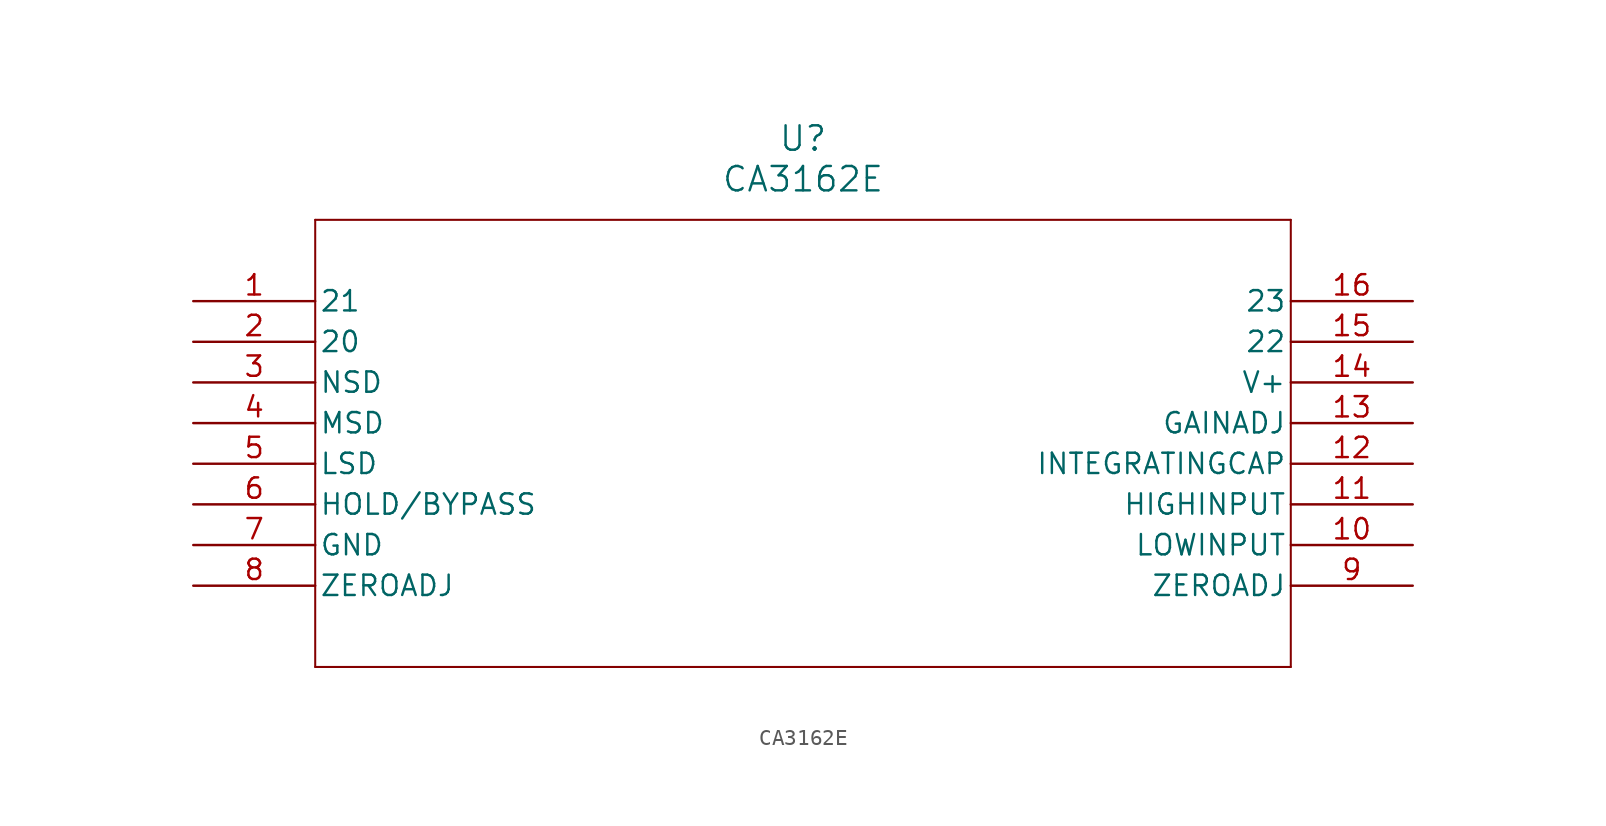
<source format=kicad_sym>
(kicad_symbol_lib
  (version 20211014)
  (generator kicad_symbol_editor)
  (symbol "CA3162E"
    (pin_names
      (offset 0.254))
    (property "Reference" "U"
      (at 38.1 10.16 0)
      (effects (font (size 1.524 1.524))))
    (property "Value" "CA3162E"
      (at 38.1 7.62 0)
      (effects (font (size 1.524 1.524))))
    (symbol "CA3162E_0_1"
      (polyline (pts (xy 7.62 5.08) (xy 7.62 -22.86)) (stroke (width 0.127) (type default) (color 0 0 0 0)) (fill (type none)))
      (polyline (pts (xy 7.62 -22.86) (xy 68.58 -22.86)) (stroke (width 0.127) (type default) (color 0 0 0 0)) (fill (type none)))
      (polyline (pts (xy 68.58 -22.86) (xy 68.58 5.08)) (stroke (width 0.127) (type default) (color 0 0 0 0)) (fill (type none)))
      (polyline (pts (xy 68.58 5.08) (xy 7.62 5.08)) (stroke (width 0.127) (type default) (color 0 0 0 0)) (fill (type none)))
      (pin output line (at 0 0 0) (length 7.62) (name "21" (effects (font (size 1.27 1.27)))) (number "1" (effects (font (size 1.27 1.27)))))
      (pin output line (at 0 -2.54 0) (length 7.62) (name "20" (effects (font (size 1.27 1.27)))) (number "2" (effects (font (size 1.27 1.27)))))
      (pin output line (at 0 -5.08 0) (length 7.62) (name "NSD" (effects (font (size 1.27 1.27)))) (number "3" (effects (font (size 1.27 1.27)))))
      (pin output line (at 0 -7.62 0) (length 7.62) (name "MSD" (effects (font (size 1.27 1.27)))) (number "4" (effects (font (size 1.27 1.27)))))
      (pin output line (at 0 -10.16 0) (length 7.62) (name "LSD" (effects (font (size 1.27 1.27)))) (number "5" (effects (font (size 1.27 1.27)))))
      (pin bidirectional line (at 0 -12.7 0) (length 7.62) (name "HOLD/BYPASS" (effects (font (size 1.27 1.27)))) (number "6" (effects (font (size 1.27 1.27)))))
      (pin power_in line (at 0 -15.24 0) (length 7.62) (name "GND" (effects (font (size 1.27 1.27)))) (number "7" (effects (font (size 1.27 1.27)))))
      (pin unspecified line (at 0 -17.78 0) (length 7.62) (name "ZEROADJ" (effects (font (size 1.27 1.27)))) (number "8" (effects (font (size 1.27 1.27)))))
      (pin unspecified line (at 76.2 -17.78 180) (length 7.62) (name "ZEROADJ" (effects (font (size 1.27 1.27)))) (number "9" (effects (font (size 1.27 1.27)))))
      (pin input line (at 76.2 -15.24 180) (length 7.62) (name "LOWINPUT" (effects (font (size 1.27 1.27)))) (number "10" (effects (font (size 1.27 1.27)))))
      (pin input line (at 76.2 -12.7 180) (length 7.62) (name "HIGHINPUT" (effects (font (size 1.27 1.27)))) (number "11" (effects (font (size 1.27 1.27)))))
      (pin unspecified line (at 76.2 -10.16 180) (length 7.62) (name "INTEGRATINGCAP" (effects (font (size 1.27 1.27)))) (number "12" (effects (font (size 1.27 1.27)))))
      (pin unspecified line (at 76.2 -7.62 180) (length 7.62) (name "GAINADJ" (effects (font (size 1.27 1.27)))) (number "13" (effects (font (size 1.27 1.27)))))
      (pin power_in line (at 76.2 -5.08 180) (length 7.62) (name "V+" (effects (font (size 1.27 1.27)))) (number "14" (effects (font (size 1.27 1.27)))))
      (pin output line (at 76.2 -2.54 180) (length 7.62) (name "22" (effects (font (size 1.27 1.27)))) (number "15" (effects (font (size 1.27 1.27)))))
      (pin output line (at 76.2 0 180) (length 7.62) (name "23" (effects (font (size 1.27 1.27)))) (number "16" (effects (font (size 1.27 1.27))))))))
</source>
